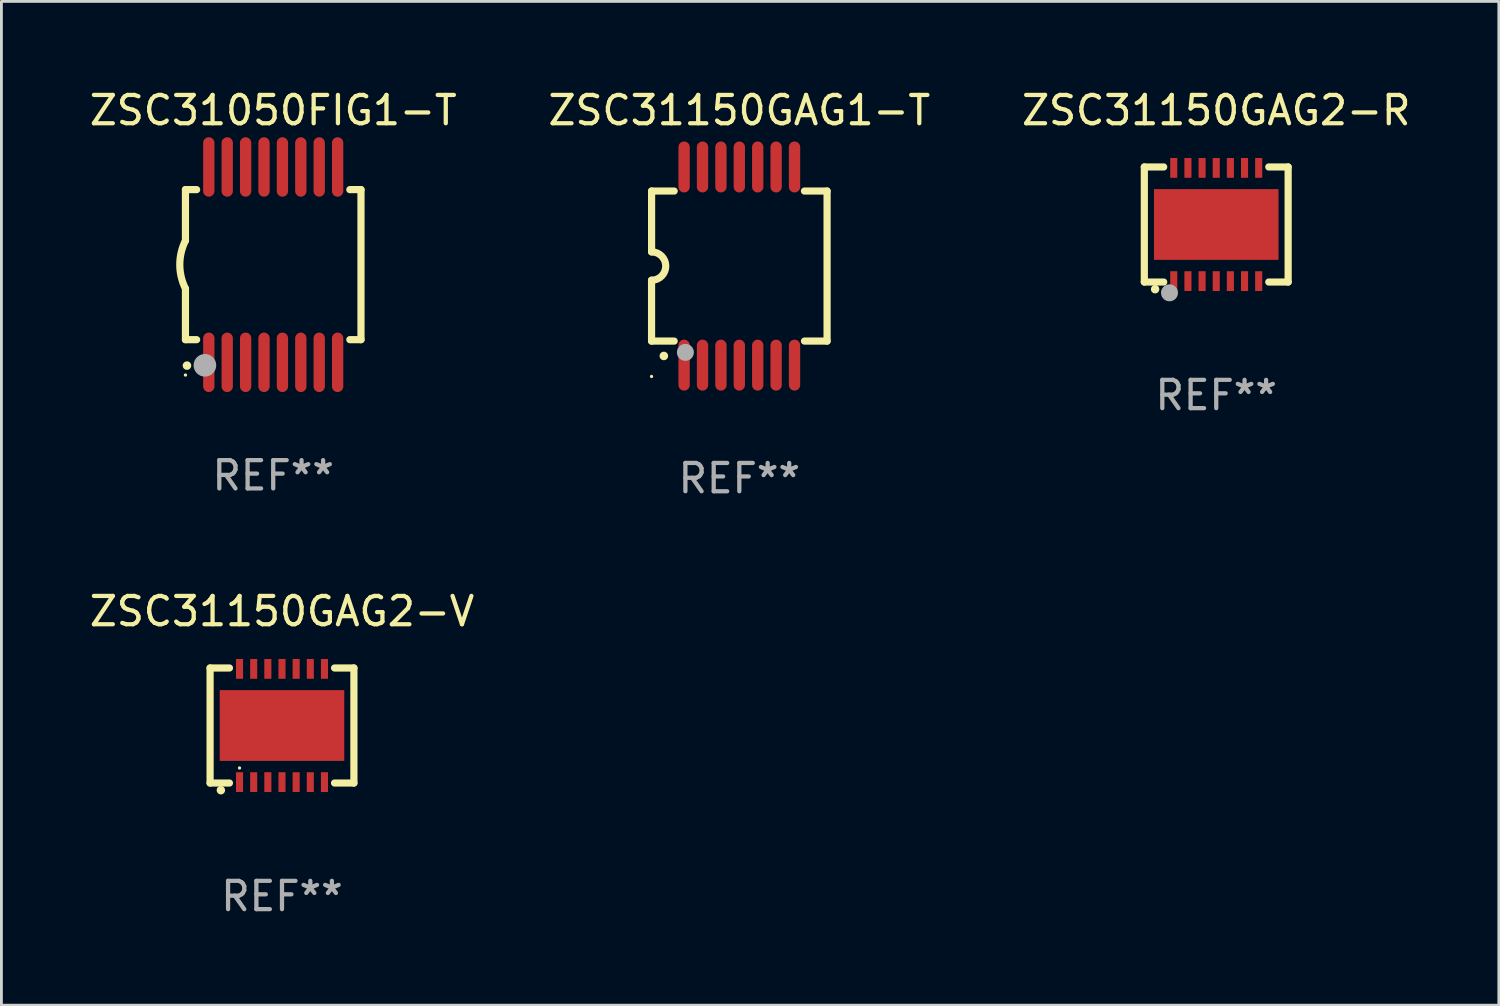
<source format=kicad_pcb>
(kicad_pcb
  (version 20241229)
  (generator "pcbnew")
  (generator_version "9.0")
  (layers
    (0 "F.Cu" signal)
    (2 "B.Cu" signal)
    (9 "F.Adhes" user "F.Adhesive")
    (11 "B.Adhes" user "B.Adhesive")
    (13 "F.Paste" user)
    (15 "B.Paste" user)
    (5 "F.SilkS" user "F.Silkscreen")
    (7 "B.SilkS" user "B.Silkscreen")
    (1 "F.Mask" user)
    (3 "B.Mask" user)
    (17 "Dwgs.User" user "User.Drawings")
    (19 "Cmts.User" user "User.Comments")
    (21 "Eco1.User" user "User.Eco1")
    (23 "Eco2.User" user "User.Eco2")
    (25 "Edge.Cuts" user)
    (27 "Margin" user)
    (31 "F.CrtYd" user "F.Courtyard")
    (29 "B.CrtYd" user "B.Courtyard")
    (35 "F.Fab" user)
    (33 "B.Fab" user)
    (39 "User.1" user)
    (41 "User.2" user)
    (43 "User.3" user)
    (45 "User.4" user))
  (footprint "ZSC31150GAG1-T"
    (layer "F.Cu")
    (at 23.065 6.348)
    (property "Reference" "ZSC31150GAG1-T" (at 0 -5.5 0) (layer "F.SilkS") (effects (font (size 1 1) (thickness 0.15))))
    (attr through_hole)
    (fp_line (start -3.1 2.65) (end -3.1 0.5) (stroke (width 0.254) (type solid)) (layer "F.SilkS"))
    (fp_line (start -3.099 -2.65) (end -2.301 -2.65) (stroke (width 0.254) (type solid)) (layer "F.SilkS"))
    (fp_line (start -3.099 -0.5) (end -3.099 -2.65) (stroke (width 0.254) (type solid)) (layer "F.SilkS"))
    (fp_line (start -2.301 2.65) (end -3.1 2.65) (stroke (width 0.254) (type solid)) (layer "F.SilkS"))
    (fp_line (start 2.301 -2.65) (end 3.1 -2.65) (stroke (width 0.254) (type solid)) (layer "F.SilkS"))
    (fp_line (start 3.1 -2.65) (end 3.1 2.65) (stroke (width 0.254) (type solid)) (layer "F.SilkS"))
    (fp_line (start 3.1 2.65) (end 2.301 2.65) (stroke (width 0.254) (type solid)) (layer "F.SilkS"))
    (fp_arc (start -3.098806 -0.500381) (mid -2.598806 0) (end -3.098806 0.500381) (stroke (width 0.254001) (type solid)) (layer "F.SilkS"))
    (fp_arc (start -2.667005 3.175006) (mid -2.665735 3.175001) (end -2.664465 3.175006) (stroke (width 0.3) (type solid)) (layer "F.SilkS"))
    (fp_circle (center -3.1 3.9) (end -3.07 3.9) (stroke (width 0.06) (type solid)) (fill no) (layer "F.SilkS"))
    (fp_circle (center -1.905 3.048) (end -1.755 3.048) (stroke (width 0.3) (type solid)) (fill no) (layer "F.Fab"))
    (fp_text user "REF**" (at 0 7.5 0) (layer "F.Fab") (effects (font (size 1 1) (thickness 0.15))))
    (pad "1" smd oval (at -1.95 3.5 270) (size 1.8 0.4) (layers "F.Cu" "F.Mask" "F.Paste"))
    (pad "2" smd oval (at -1.3 3.5 270) (size 1.8 0.4) (layers "F.Cu" "F.Mask" "F.Paste"))
    (pad "3" smd oval (at -0.65 3.5 270) (size 1.8 0.4) (layers "F.Cu" "F.Mask" "F.Paste"))
    (pad "4" smd oval (at 0 3.5 270) (size 1.8 0.4) (layers "F.Cu" "F.Mask" "F.Paste"))
    (pad "5" smd oval (at 0.65 3.5 270) (size 1.8 0.4) (layers "F.Cu" "F.Mask" "F.Paste"))
    (pad "6" smd oval (at 1.3 3.5 270) (size 1.8 0.4) (layers "F.Cu" "F.Mask" "F.Paste"))
    (pad "7" smd oval (at 1.95 3.5 270) (size 1.8 0.4) (layers "F.Cu" "F.Mask" "F.Paste"))
    (pad "8" smd oval (at 1.95 -3.5 90) (size 1.8 0.4) (layers "F.Cu" "F.Mask" "F.Paste"))
    (pad "9" smd oval (at 1.3 -3.5 90) (size 1.8 0.4) (layers "F.Cu" "F.Mask" "F.Paste"))
    (pad "10" smd oval (at 0.65 -3.5 90) (size 1.8 0.4) (layers "F.Cu" "F.Mask" "F.Paste"))
    (pad "11" smd oval (at 0 -3.5 90) (size 1.8 0.4) (layers "F.Cu" "F.Mask" "F.Paste"))
    (pad "12" smd oval (at -0.65 -3.5 90) (size 1.8 0.4) (layers "F.Cu" "F.Mask" "F.Paste"))
    (pad "13" smd oval (at -1.3 -3.5 90) (size 1.8 0.4) (layers "F.Cu" "F.Mask" "F.Paste"))
    (pad "14" smd oval (at -1.95 -3.5 90) (size 1.8 0.4) (layers "F.Cu" "F.Mask" "F.Paste")))
  (footprint "ZSC31050FIG1-T"
    (layer "F.Cu")
    (at 6.601 6.298)
    (property "Reference" "ZSC31050FIG1-T" (at 0 -5.45 0) (layer "F.SilkS") (effects (font (size 1 1) (thickness 0.15))))
    (attr through_hole)
    (fp_line (start -3.1 -2.65) (end -3.1 -0.85) (stroke (width 0.254) (type solid)) (layer "F.SilkS"))
    (fp_line (start -3.1 -2.65) (end -2.706 -2.65) (stroke (width 0.254) (type solid)) (layer "F.SilkS"))
    (fp_line (start -3.1 2.65) (end -3.1 0.85) (stroke (width 0.254) (type solid)) (layer "F.SilkS"))
    (fp_line (start -3.1 2.65) (end -2.706 2.65) (stroke (width 0.254) (type solid)) (layer "F.SilkS"))
    (fp_line (start 2.706 -2.65) (end 3.1 -2.65) (stroke (width 0.254) (type solid)) (layer "F.SilkS"))
    (fp_line (start 2.706 2.65) (end 3.1 2.65) (stroke (width 0.254) (type solid)) (layer "F.SilkS"))
    (fp_line (start 3.1 -2.65) (end 3.1 2.65) (stroke (width 0.254) (type solid)) (layer "F.SilkS"))
    (fp_arc (start -3.098907 0.850902) (mid -3.300057 0.000523) (end -3.1 -0.850114) (stroke (width 0.254001) (type solid)) (layer "F.SilkS"))
    (fp_arc (start -3.048006 3.566066) (mid -3.046736 3.566061) (end -3.045466 3.566066) (stroke (width 0.3) (type solid)) (layer "F.SilkS"))
    (fp_circle (center -3.1 3.9) (end -3.07 3.9) (stroke (width 0.06) (type solid)) (fill no) (layer "F.SilkS"))
    (fp_circle (center -2.413 3.556) (end -2.213 3.556) (stroke (width 0.4) (type solid)) (fill no) (layer "F.Fab"))
    (fp_text user "REF**" (at 0 7.45 0) (layer "F.Fab") (effects (font (size 1 1) (thickness 0.15))))
    (pad "1" smd oval (at -2.275 3.45 180) (size 0.4 2.1) (layers "F.Cu" "F.Mask" "F.Paste"))
    (pad "2" smd oval (at -1.625 3.45 180) (size 0.4 2.1) (layers "F.Cu" "F.Mask" "F.Paste"))
    (pad "3" smd oval (at -0.975 3.45 180) (size 0.4 2.1) (layers "F.Cu" "F.Mask" "F.Paste"))
    (pad "4" smd oval (at -0.325 3.45 180) (size 0.4 2.1) (layers "F.Cu" "F.Mask" "F.Paste"))
    (pad "5" smd oval (at 0.325 3.45 180) (size 0.4 2.1) (layers "F.Cu" "F.Mask" "F.Paste"))
    (pad "6" smd oval (at 0.975 3.45 180) (size 0.4 2.1) (layers "F.Cu" "F.Mask" "F.Paste"))
    (pad "7" smd oval (at 1.625 3.45 180) (size 0.4 2.1) (layers "F.Cu" "F.Mask" "F.Paste"))
    (pad "8" smd oval (at 2.275 3.45 180) (size 0.4 2.1) (layers "F.Cu" "F.Mask" "F.Paste"))
    (pad "9" smd oval (at 2.275 -3.45 180) (size 0.4 2.1) (layers "F.Cu" "F.Mask" "F.Paste"))
    (pad "10" smd oval (at 1.625 -3.45 180) (size 0.4 2.1) (layers "F.Cu" "F.Mask" "F.Paste"))
    (pad "11" smd oval (at 0.975 -3.45 180) (size 0.4 2.1) (layers "F.Cu" "F.Mask" "F.Paste"))
    (pad "12" smd oval (at 0.325 -3.45 180) (size 0.4 2.1) (layers "F.Cu" "F.Mask" "F.Paste"))
    (pad "13" smd oval (at -0.325 -3.45 180) (size 0.4 2.1) (layers "F.Cu" "F.Mask" "F.Paste"))
    (pad "14" smd oval (at -0.975 -3.45 180) (size 0.4 2.1) (layers "F.Cu" "F.Mask" "F.Paste"))
    (pad "15" smd oval (at -1.625 -3.45 180) (size 0.4 2.1) (layers "F.Cu" "F.Mask" "F.Paste"))
    (pad "16" smd oval (at -2.275 -3.45 180) (size 0.4 2.1) (layers "F.Cu" "F.Mask" "F.Paste")))
  (footprint "ZSC31150GAG2-R"
    (layer "F.Cu")
    (at 39.911 4.88)
    (property "Reference" "ZSC31150GAG2-R" (at 0 -4.032 0) (layer "F.SilkS") (effects (font (size 1 1) (thickness 0.15))))
    (attr through_hole)
    (fp_line (start -2.54 -2.032) (end -2.54 2.032) (stroke (width 0.254) (type solid)) (layer "F.SilkS"))
    (fp_line (start -2.54 2.032) (end -1.856 2.032) (stroke (width 0.254) (type solid)) (layer "F.SilkS"))
    (fp_line (start -1.856 -2.032) (end -2.54 -2.032) (stroke (width 0.254) (type solid)) (layer "F.SilkS"))
    (fp_line (start 1.856 2.032) (end 2.54 2.032) (stroke (width 0.254) (type solid)) (layer "F.SilkS"))
    (fp_line (start 2.54 -2.032) (end 1.856 -2.032) (stroke (width 0.254) (type solid)) (layer "F.SilkS"))
    (fp_line (start 2.54 2.032) (end 2.54 -2.032) (stroke (width 0.254) (type solid)) (layer "F.SilkS"))
    (fp_circle (center -2.54 2.032) (end -2.51 2.032) (stroke (width 0.06) (type solid)) (fill no) (layer "F.SilkS"))
    (fp_circle (center -2.159 2.286) (end -2.084 2.286) (stroke (width 0.15) (type solid)) (fill no) (layer "F.SilkS"))
    (fp_circle (center -1.651 2.413) (end -1.501 2.413) (stroke (width 0.3) (type solid)) (fill no) (layer "F.Fab"))
    (fp_text user "REF**" (at 0 6.032 0) (layer "F.Fab") (effects (font (size 1 1) (thickness 0.15))))
    (pad "1" smd rect (at -1.5 2) (size 0.25 0.7) (layers "F.Cu" "F.Mask" "F.Paste"))
    (pad "2" smd rect (at -1 2) (size 0.25 0.7) (layers "F.Cu" "F.Mask" "F.Paste"))
    (pad "3" smd rect (at -0.5 2) (size 0.25 0.7) (layers "F.Cu" "F.Mask" "F.Paste"))
    (pad "4" smd rect (at 0 2) (size 0.25 0.7) (layers "F.Cu" "F.Mask" "F.Paste"))
    (pad "5" smd rect (at 0.5 2) (size 0.25 0.7) (layers "F.Cu" "F.Mask" "F.Paste"))
    (pad "6" smd rect (at 1 2) (size 0.25 0.7) (layers "F.Cu" "F.Mask" "F.Paste"))
    (pad "7" smd rect (at 1.5 2) (size 0.25 0.7) (layers "F.Cu" "F.Mask" "F.Paste"))
    (pad "8" smd rect (at 1.5 -2) (size 0.25 0.7) (layers "F.Cu" "F.Mask" "F.Paste"))
    (pad "9" smd rect (at 1 -2) (size 0.25 0.7) (layers "F.Cu" "F.Mask" "F.Paste"))
    (pad "10" smd rect (at 0.5 -2) (size 0.25 0.7) (layers "F.Cu" "F.Mask" "F.Paste"))
    (pad "11" smd rect (at 0 -2) (size 0.25 0.7) (layers "F.Cu" "F.Mask" "F.Paste"))
    (pad "12" smd rect (at -0.5 -2) (size 0.25 0.7) (layers "F.Cu" "F.Mask" "F.Paste"))
    (pad "13" smd rect (at -1 -2) (size 0.25 0.7) (layers "F.Cu" "F.Mask" "F.Paste"))
    (pad "14" smd rect (at -1.5 -2) (size 0.25 0.7) (layers "F.Cu" "F.Mask" "F.Paste"))
    (pad "15" smd rect (at 0 0) (size 4.4 2.5) (layers "F.Cu" "F.Mask" "F.Paste")))
  (footprint "ZSC31150GAG2-V"
    (layer "F.Cu")
    (at 6.911 22.577)
    (property "Reference" "ZSC31150GAG2-V" (at 0 -4.032 0) (layer "F.SilkS") (effects (font (size 1 1) (thickness 0.15))))
    (attr through_hole)
    (fp_line (start -2.54 -2.032) (end -2.54 2.032) (stroke (width 0.254) (type solid)) (layer "F.SilkS"))
    (fp_line (start -2.54 2.032) (end -1.856 2.032) (stroke (width 0.254) (type solid)) (layer "F.SilkS"))
    (fp_line (start -1.856 -2.032) (end -2.54 -2.032) (stroke (width 0.254) (type solid)) (layer "F.SilkS"))
    (fp_line (start 1.856 2.032) (end 2.54 2.032) (stroke (width 0.254) (type solid)) (layer "F.SilkS"))
    (fp_line (start 2.54 -2.032) (end 1.856 -2.032) (stroke (width 0.254) (type solid)) (layer "F.SilkS"))
    (fp_line (start 2.54 2.032) (end 2.54 -2.032) (stroke (width 0.254) (type solid)) (layer "F.SilkS"))
    (fp_circle (center -2.159 2.286) (end -2.084 2.286) (stroke (width 0.15) (type solid)) (fill no) (layer "F.SilkS"))
    (fp_circle (center -1.5 1.5) (end -1.47 1.5) (stroke (width 0.06) (type solid)) (fill no) (layer "F.SilkS"))
    (fp_text user "REF**" (at 0 6.032 0) (layer "F.Fab") (effects (font (size 1 1) (thickness 0.15))))
    (pad "1" smd rect (at -1.5 2) (size 0.25 0.7) (layers "F.Cu" "F.Mask" "F.Paste"))
    (pad "2" smd rect (at -1 2) (size 0.25 0.7) (layers "F.Cu" "F.Mask" "F.Paste"))
    (pad "3" smd rect (at -0.5 2) (size 0.25 0.7) (layers "F.Cu" "F.Mask" "F.Paste"))
    (pad "4" smd rect (at 0 2) (size 0.25 0.7) (layers "F.Cu" "F.Mask" "F.Paste"))
    (pad "5" smd rect (at 0.5 2) (size 0.25 0.7) (layers "F.Cu" "F.Mask" "F.Paste"))
    (pad "6" smd rect (at 1 2) (size 0.25 0.7) (layers "F.Cu" "F.Mask" "F.Paste"))
    (pad "7" smd rect (at 1.5 2) (size 0.25 0.7) (layers "F.Cu" "F.Mask" "F.Paste"))
    (pad "8" smd rect (at 1.5 -2) (size 0.25 0.7) (layers "F.Cu" "F.Mask" "F.Paste"))
    (pad "9" smd rect (at 1 -2) (size 0.25 0.7) (layers "F.Cu" "F.Mask" "F.Paste"))
    (pad "10" smd rect (at 0.5 -2) (size 0.25 0.7) (layers "F.Cu" "F.Mask" "F.Paste"))
    (pad "11" smd rect (at 0 -2) (size 0.25 0.7) (layers "F.Cu" "F.Mask" "F.Paste"))
    (pad "12" smd rect (at -0.5 -2) (size 0.25 0.7) (layers "F.Cu" "F.Mask" "F.Paste"))
    (pad "13" smd rect (at -1 -2) (size 0.25 0.7) (layers "F.Cu" "F.Mask" "F.Paste"))
    (pad "14" smd rect (at -1.5 -2) (size 0.25 0.7) (layers "F.Cu" "F.Mask" "F.Paste"))
    (pad "15" smd rect (at 0 0) (size 4.4 2.5) (layers "F.Cu" "F.Mask" "F.Paste")))
  (gr_rect
    (start -3 -3)
    (end 49.893 32.457)
    (stroke (width 0.1) (type default))
    (fill no)
    (layer "Edge.Cuts")))
</source>
